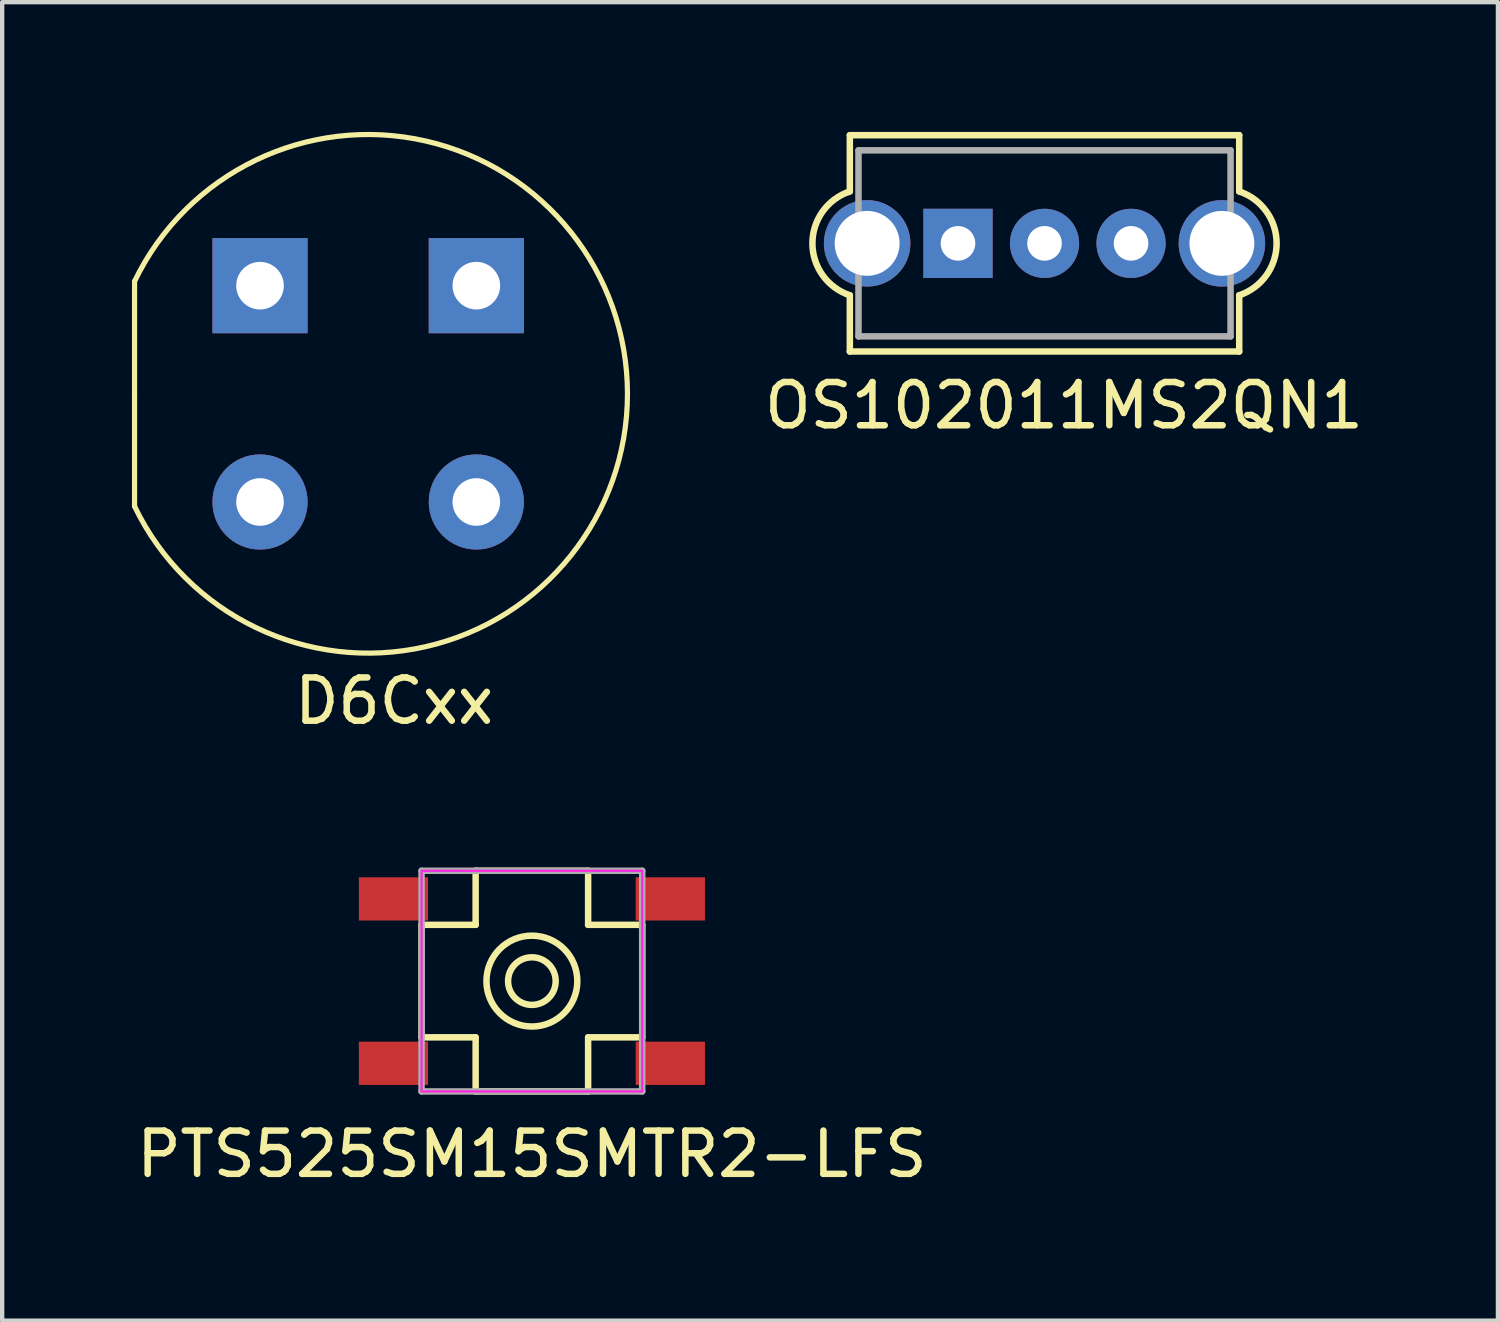
<source format=kicad_pcb>
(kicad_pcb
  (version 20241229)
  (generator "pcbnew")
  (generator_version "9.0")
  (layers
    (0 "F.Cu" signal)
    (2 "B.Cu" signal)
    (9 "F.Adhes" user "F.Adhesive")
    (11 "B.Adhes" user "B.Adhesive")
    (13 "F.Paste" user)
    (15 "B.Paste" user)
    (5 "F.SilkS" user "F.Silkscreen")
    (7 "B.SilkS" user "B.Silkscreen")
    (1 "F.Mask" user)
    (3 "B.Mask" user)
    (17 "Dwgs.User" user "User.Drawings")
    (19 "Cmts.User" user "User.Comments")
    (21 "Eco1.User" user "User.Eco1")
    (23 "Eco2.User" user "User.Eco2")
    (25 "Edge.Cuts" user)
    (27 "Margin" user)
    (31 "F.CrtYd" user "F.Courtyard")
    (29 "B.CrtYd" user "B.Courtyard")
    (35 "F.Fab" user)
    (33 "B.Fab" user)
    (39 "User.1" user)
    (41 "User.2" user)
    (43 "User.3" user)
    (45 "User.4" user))
  (footprint "D6Cxx"
    (layer "F.Cu")
    (at 5.46 6.053)
    (property "Reference" "D6Cxx" (at 0.6 7.1 0) (layer "F.SilkS") (effects (font (size 1 1) (thickness 0.15))))
    (attr through_hole)
    (fp_line (start -5.4 0) (end -5.4 -2.6) (stroke (width 0.12) (type solid)) (layer "F.SilkS"))
    (fp_line (start -5.4 0) (end -5.4 2.6) (stroke (width 0.12) (type solid)) (layer "F.SilkS"))
    (fp_arc (start -5.399999 -2.6) (mid 5.993329 0) (end -5.399999 2.599999) (stroke (width 0.12) (type solid)) (layer "F.SilkS"))
    (pad "1" thru_hole rect (at -2.5 -2.5) (size 2.2 2.2) (drill 1.1) (layers "*.Cu" "*.Mask"))
    (pad "1" thru_hole rect (at 2.5 -2.5) (size 2.2 2.2) (drill 1.1) (layers "*.Cu" "*.Mask"))
    (pad "2" thru_hole circle (at -2.5 2.5) (size 2.2 2.2) (drill 1.1) (layers "*.Cu" "*.Mask"))
    (pad "2" thru_hole circle (at 2.5 2.5) (size 2.2 2.2) (drill 1.1) (layers "*.Cu" "*.Mask")))
  (footprint "OS102011MS2QN1"
    (layer "F.Cu")
    (at 21.093 2.575)
    (property "Reference" "OS102011MS2QN1" (at 0.45 3.75 0) (layer "F.SilkS") (effects (font (size 1 1) (thickness 0.15))))
    (attr through_hole)
    (fp_line (start -4.5 -2.5) (end 4.5 -2.5) (stroke (width 0.15) (type solid)) (layer "F.SilkS"))
    (fp_line (start -4.5 -1.2) (end -4.5 -2.5) (stroke (width 0.15) (type solid)) (layer "F.SilkS"))
    (fp_line (start -4.5 2.5) (end -4.5 1.2) (stroke (width 0.15) (type solid)) (layer "F.SilkS"))
    (fp_line (start 4.5 -2.5) (end 4.5 -1.2) (stroke (width 0.15) (type solid)) (layer "F.SilkS"))
    (fp_line (start 4.5 1.2) (end 4.5 2.5) (stroke (width 0.15) (type solid)) (layer "F.SilkS"))
    (fp_line (start 4.5 2.5) (end -4.5 2.5) (stroke (width 0.15) (type solid)) (layer "F.SilkS"))
    (fp_arc (start -4.499999 1.199999) (mid -5.36491 0) (end -4.499999 -1.199999) (stroke (width 0.15) (type solid)) (layer "F.SilkS"))
    (fp_arc (start 4.499999 -1.199999) (mid 5.36491 0) (end 4.499998 1.199999) (stroke (width 0.15) (type solid)) (layer "F.SilkS"))
    (fp_line (start -4.3 -2.15) (end 4.3 -2.15) (stroke (width 0.15) (type solid)) (layer "F.Fab"))
    (fp_line (start -4.3 2.15) (end -4.3 -2.15) (stroke (width 0.15) (type solid)) (layer "F.Fab"))
    (fp_line (start 4.3 -2.15) (end 4.3 2.15) (stroke (width 0.15) (type solid)) (layer "F.Fab"))
    (fp_line (start 4.3 2.15) (end -4.3 2.15) (stroke (width 0.15) (type solid)) (layer "F.Fab"))
    (pad "" np_thru_hole circle (at -4.1 0) (size 2 2) (drill 1.5) (layers "*.Cu" "*.Mask"))
    (pad "" np_thru_hole circle (at 4.1 0) (size 2 2) (drill 1.5) (layers "*.Cu" "*.Mask"))
    (pad "1" thru_hole rect (at -2 0) (size 1.6 1.6) (drill 0.8) (layers "*.Cu" "*.Mask"))
    (pad "2" thru_hole circle (at 0 0) (size 1.6 1.6) (drill 0.8) (layers "*.Cu" "*.Mask"))
    (pad "3" thru_hole circle (at 2 0) (size 1.6 1.6) (drill 0.8) (layers "*.Cu" "*.Mask")))
  (footprint "PTS525SM15SMTR2-LFS"
    (layer "F.Cu")
    (at 9.244 19.627)
    (property "Reference" "PTS525SM15SMTR2-LFS" (at 0 4 0) (layer "F.SilkS") (effects (font (size 1 1) (thickness 0.15))))
    (attr smd)
    (fp_line (start -2.55 -1.3) (end -1.3 -1.3) (stroke (width 0.15) (type solid)) (layer "F.SilkS"))
    (fp_line (start -2.55 1.3) (end -2.55 -1.3) (stroke (width 0.15) (type solid)) (layer "F.SilkS"))
    (fp_line (start -2.55 1.3) (end -1.3 1.3) (stroke (width 0.15) (type solid)) (layer "F.SilkS"))
    (fp_line (start -1.3 -2.55) (end 1.3 -2.55) (stroke (width 0.15) (type solid)) (layer "F.SilkS"))
    (fp_line (start -1.3 -1.3) (end -1.3 -2.55) (stroke (width 0.15) (type solid)) (layer "F.SilkS"))
    (fp_line (start -1.3 1.3) (end -1.3 2.55) (stroke (width 0.15) (type solid)) (layer "F.SilkS"))
    (fp_line (start -1.3 2.55) (end 1.3 2.55) (stroke (width 0.15) (type solid)) (layer "F.SilkS"))
    (fp_line (start 1.3 -2.55) (end 1.3 -1.3) (stroke (width 0.15) (type solid)) (layer "F.SilkS"))
    (fp_line (start 1.3 -1.3) (end 2.55 -1.3) (stroke (width 0.15) (type solid)) (layer "F.SilkS"))
    (fp_line (start 1.3 1.3) (end 2.55 1.3) (stroke (width 0.15) (type solid)) (layer "F.SilkS"))
    (fp_line (start 1.3 2.55) (end 1.3 1.3) (stroke (width 0.15) (type solid)) (layer "F.SilkS"))
    (fp_line (start 2.55 -1.3) (end 2.55 1.3) (stroke (width 0.15) (type solid)) (layer "F.SilkS"))
    (fp_circle (center 0 0) (end 0.55 0) (stroke (width 0.15) (type solid)) (fill no) (layer "F.SilkS"))
    (fp_circle (center 0 0) (end 1.05 0) (stroke (width 0.15) (type solid)) (fill no) (layer "F.SilkS"))
    (fp_rect (start -2.55 -2.55) (end 2.55 2.55) (stroke (width 0.05) (type default)) (fill no) (layer "F.CrtYd"))
    (fp_line (start -2.55 -2.55) (end 2.55 -2.55) (stroke (width 0.15) (type solid)) (layer "F.Fab"))
    (fp_line (start -2.55 2.55) (end -2.55 -2.55) (stroke (width 0.15) (type solid)) (layer "F.Fab"))
    (fp_line (start 2.55 -2.55) (end 2.55 2.55) (stroke (width 0.15) (type solid)) (layer "F.Fab"))
    (fp_line (start 2.55 2.55) (end -2.55 2.55) (stroke (width 0.15) (type solid)) (layer "F.Fab"))
    (pad "1" smd rect (at -3.2 -1.9) (size 1.6 1) (layers "F.Cu" "F.Mask" "F.Paste"))
    (pad "2" smd rect (at 3.2 -1.9) (size 1.6 1) (layers "F.Cu" "F.Mask" "F.Paste"))
    (pad "3" smd rect (at -3.2 1.9) (size 1.6 1) (layers "F.Cu" "F.Mask" "F.Paste"))
    (pad "4" smd rect (at 3.2 1.9) (size 1.6 1) (layers "F.Cu" "F.Mask" "F.Paste")))
  (gr_rect
    (start -3 -3)
    (end 31.573 27.475)
    (stroke (width 0.1) (type default))
    (fill no)
    (layer "Edge.Cuts")))
</source>
